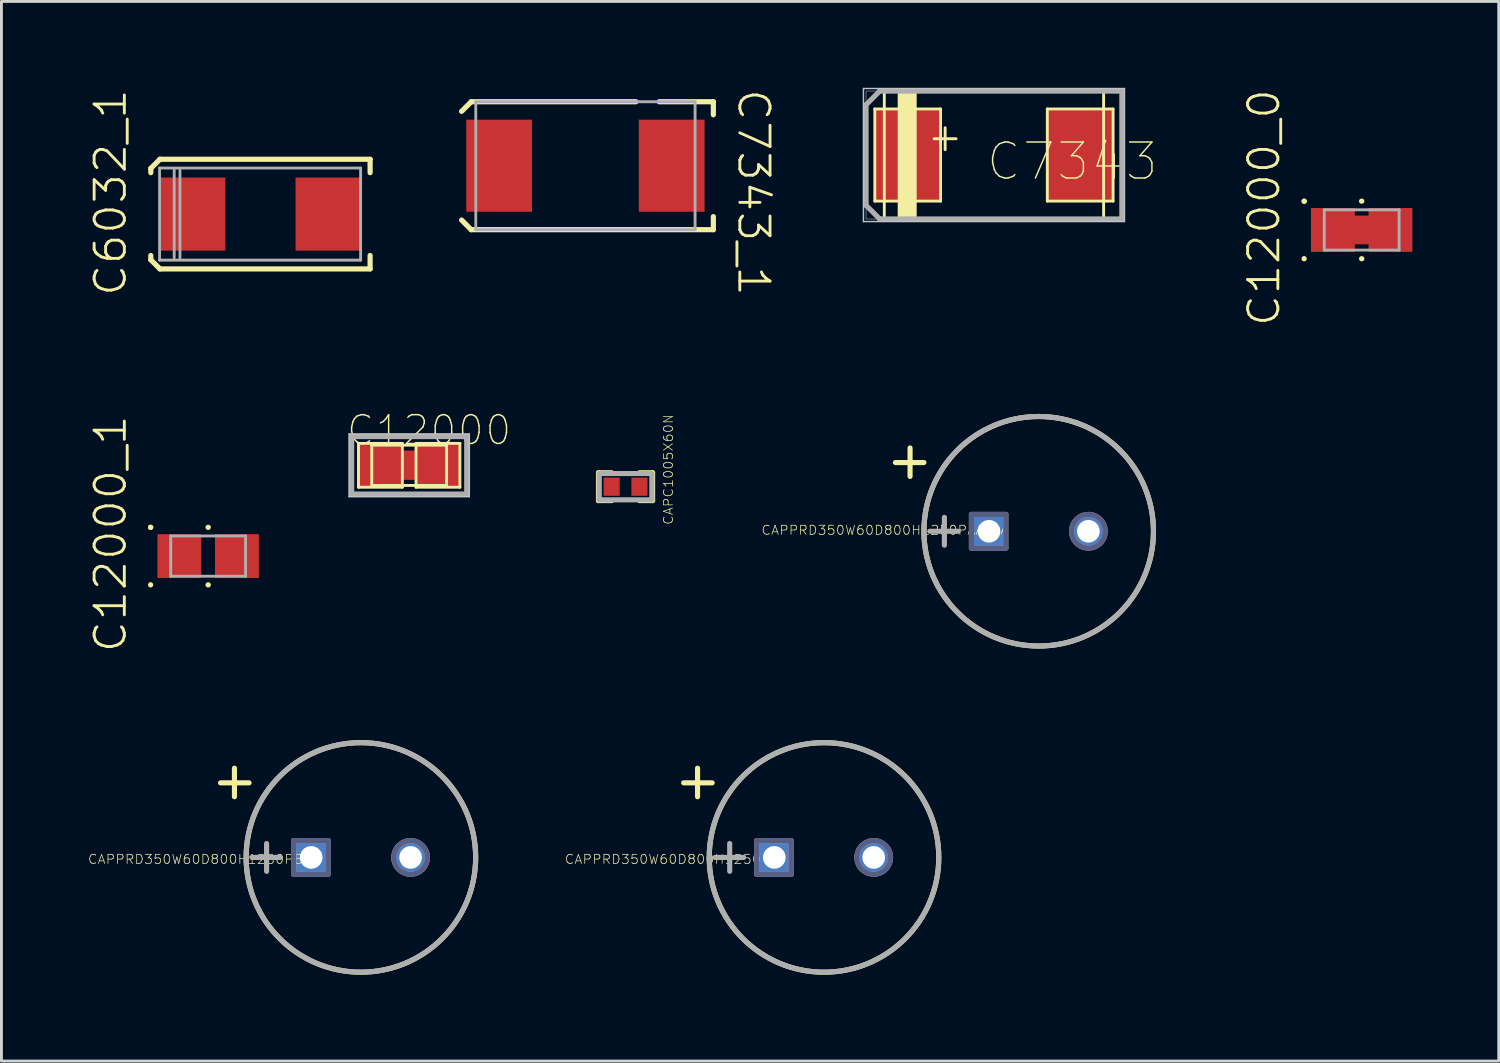
<source format=kicad_pcb>
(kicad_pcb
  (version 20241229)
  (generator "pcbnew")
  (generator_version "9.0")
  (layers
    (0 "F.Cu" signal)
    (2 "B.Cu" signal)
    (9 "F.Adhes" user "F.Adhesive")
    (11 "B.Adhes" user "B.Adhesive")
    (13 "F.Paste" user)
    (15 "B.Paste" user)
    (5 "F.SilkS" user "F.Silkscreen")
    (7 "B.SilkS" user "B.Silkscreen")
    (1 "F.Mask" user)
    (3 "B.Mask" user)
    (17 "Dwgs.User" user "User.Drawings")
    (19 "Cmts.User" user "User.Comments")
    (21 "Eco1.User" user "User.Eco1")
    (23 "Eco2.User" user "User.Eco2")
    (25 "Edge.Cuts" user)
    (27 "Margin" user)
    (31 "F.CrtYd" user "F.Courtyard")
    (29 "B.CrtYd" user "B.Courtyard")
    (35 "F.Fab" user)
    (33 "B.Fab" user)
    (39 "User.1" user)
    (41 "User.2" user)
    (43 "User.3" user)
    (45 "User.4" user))
  (footprint "CAPPRD350W60D800H1250"
    (layer "F.Cu")
    (at 25.582 26.743)
    (property "Reference" "CAPPRD350W60D800H1250" (at -5.601 0.064 0) (unlocked yes) (layer "F.SilkS") (effects (font (size 0.317 0.333) (thickness 0.025))))
    (attr smd)
    (fp_line (start -4.877 -2.591) (end -3.886 -2.591) (stroke (width 0.178) (type solid)) (layer "F.SilkS"))
    (fp_line (start -4.394 -2.108) (end -4.394 -3.099) (stroke (width 0.178) (type solid)) (layer "F.SilkS"))
    (fp_circle (center 0 0) (end 3.988 0) (stroke (width 0.178) (type solid)) (fill no) (layer "F.SilkS"))
    (fp_line (start -2.337 -0.584) (end -1.143 -0.584) (stroke (width 0.178) (type solid)) (layer "B.Fab"))
    (fp_line (start -2.337 0.584) (end -2.337 -0.584) (stroke (width 0.178) (type solid)) (layer "B.Fab"))
    (fp_line (start -2.337 0.584) (end -1.143 0.584) (stroke (width 0.178) (type solid)) (layer "B.Fab"))
    (fp_line (start -1.143 0.584) (end -1.143 -0.584) (stroke (width 0.178) (type solid)) (layer "B.Fab"))
    (fp_circle (center 1.727 0) (end 2.311 0) (stroke (width 0.178) (type solid)) (fill no) (layer "B.Fab"))
    (fp_line (start -3.785 0) (end -2.794 0) (stroke (width 0.178) (type solid)) (layer "F.Fab"))
    (fp_line (start -3.277 0.483) (end -3.277 -0.483) (stroke (width 0.178) (type solid)) (layer "F.Fab"))
    (fp_line (start -2.337 -0.584) (end -1.143 -0.584) (stroke (width 0.178) (type solid)) (layer "F.Fab"))
    (fp_line (start -2.337 0.584) (end -2.337 -0.584) (stroke (width 0.178) (type solid)) (layer "F.Fab"))
    (fp_line (start -2.337 0.584) (end -1.143 0.584) (stroke (width 0.178) (type solid)) (layer "F.Fab"))
    (fp_line (start -1.143 0.584) (end -1.143 -0.584) (stroke (width 0.178) (type solid)) (layer "F.Fab"))
    (fp_circle (center 0 0) (end 3.988 0) (stroke (width 0.178) (type solid)) (fill no) (layer "F.Fab"))
    (fp_circle (center 1.727 0) (end 2.311 0) (stroke (width 0.178) (type solid)) (fill no) (layer "F.Fab"))
    (pad "1" thru_hole rect (at -1.727 0) (size 1.295 1.295) (drill 0.787) (layers "*.Cu" "*.Mask"))
    (pad "2" thru_hole circle (at 1.727 0) (size 1.295 1.295) (drill 0.787) (layers "*.Cu" "*.Mask")))
  (footprint "C12000_0"
    (layer "F.Cu")
    (at 44.265 4.94)
    (property "Reference" "C12000_0" (at -3.394 -0.774 90) (unlocked yes) (layer "F.SilkS") (effects (font (size 1.05 1.104) (thickness 0.1))))
    (attr smd)
    (fp_line (start -2 -1) (end -1.996 -1) (stroke (width 0.18) (type solid)) (layer "F.SilkS"))
    (fp_line (start -2 -0.996) (end -2 -1) (stroke (width 0.18) (type solid)) (layer "F.SilkS"))
    (fp_line (start -2 1) (end -2 0.996) (stroke (width 0.18) (type solid)) (layer "F.SilkS"))
    (fp_line (start -0.004 -1) (end 0.004 -1) (stroke (width 0.18) (type solid)) (layer "F.SilkS"))
    (fp_line (start -0.004 1) (end 0.004 1) (stroke (width 0.18) (type solid)) (layer "F.SilkS"))
    (fp_line (start -0.4 -0.5) (end 0.4 -0.5) (stroke (width 0.00003) (type solid)) (layer "Dwgs.User"))
    (fp_line (start -0.4 0.5) (end -0.4 -0.5) (stroke (width 0.00003) (type solid)) (layer "Dwgs.User"))
    (fp_line (start -0.4 0.5) (end 0.4 0.5) (stroke (width 0.00003) (type solid)) (layer "Dwgs.User"))
    (fp_line (start 0.4 0.5) (end 0.4 -0.5) (stroke (width 0.00003) (type solid)) (layer "Dwgs.User"))
    (fp_line (start -1.3 -0.7) (end 1.3 -0.7) (stroke (width 0.1) (type solid)) (layer "F.Fab"))
    (fp_line (start -1.3 0.7) (end -1.3 -0.7) (stroke (width 0.1) (type solid)) (layer "F.Fab"))
    (fp_line (start -1.3 0.7) (end 1.3 0.7) (stroke (width 0.1) (type solid)) (layer "F.Fab"))
    (fp_line (start 1.3 0.7) (end 1.3 -0.7) (stroke (width 0.1) (type solid)) (layer "F.Fab"))
    (pad "" smd rect (at 0 0) (size 0.8 1) (layers "F.Cu" "F.Mask" "F.Paste"))
    (pad "1" smd rect (at -1 0) (size 1.524 1.524) (layers "F.Cu" "F.Mask" "F.Paste"))
    (pad "2" smd rect (at 1 0) (size 1.524 1.524) (layers "F.Cu" "F.Mask" "F.Paste")))
  (footprint "CAPPRD350W60D800H1250PBA"
    (layer "F.Cu")
    (at 9.49 26.743)
    (property "Reference" "CAPPRD350W60D800H1250PBA" (at -5.601 0.064 0) (unlocked yes) (layer "F.SilkS") (effects (font (size 0.317 0.333) (thickness 0.025))))
    (attr smd)
    (fp_line (start -4.877 -2.591) (end -3.886 -2.591) (stroke (width 0.178) (type solid)) (layer "F.SilkS"))
    (fp_line (start -4.394 -2.108) (end -4.394 -3.099) (stroke (width 0.178) (type solid)) (layer "F.SilkS"))
    (fp_circle (center 0 0) (end 3.988 0) (stroke (width 0.178) (type solid)) (fill no) (layer "F.SilkS"))
    (fp_line (start -2.337 -0.584) (end -1.143 -0.584) (stroke (width 0.178) (type solid)) (layer "B.Fab"))
    (fp_line (start -2.337 0.584) (end -2.337 -0.584) (stroke (width 0.178) (type solid)) (layer "B.Fab"))
    (fp_line (start -2.337 0.584) (end -1.143 0.584) (stroke (width 0.178) (type solid)) (layer "B.Fab"))
    (fp_line (start -1.143 0.584) (end -1.143 -0.584) (stroke (width 0.178) (type solid)) (layer "B.Fab"))
    (fp_circle (center 1.727 0) (end 2.311 0) (stroke (width 0.178) (type solid)) (fill no) (layer "B.Fab"))
    (fp_line (start -3.785 0) (end -2.794 0) (stroke (width 0.178) (type solid)) (layer "F.Fab"))
    (fp_line (start -3.277 0.483) (end -3.277 -0.483) (stroke (width 0.178) (type solid)) (layer "F.Fab"))
    (fp_line (start -2.337 -0.584) (end -1.143 -0.584) (stroke (width 0.178) (type solid)) (layer "F.Fab"))
    (fp_line (start -2.337 0.584) (end -2.337 -0.584) (stroke (width 0.178) (type solid)) (layer "F.Fab"))
    (fp_line (start -2.337 0.584) (end -1.143 0.584) (stroke (width 0.178) (type solid)) (layer "F.Fab"))
    (fp_line (start -1.143 0.584) (end -1.143 -0.584) (stroke (width 0.178) (type solid)) (layer "F.Fab"))
    (fp_circle (center 0 0) (end 3.988 0) (stroke (width 0.178) (type solid)) (fill no) (layer "F.Fab"))
    (fp_circle (center 1.727 0) (end 2.311 0) (stroke (width 0.178) (type solid)) (fill no) (layer "F.Fab"))
    (pad "1" thru_hole rect (at -1.727 0) (size 1.295 1.295) (drill 0.787) (layers "*.Cu" "*.Mask"))
    (pad "2" thru_hole circle (at 1.727 0) (size 1.295 1.295) (drill 0.787) (layers "*.Cu" "*.Mask")))
  (footprint "CAPC1005X60N"
    (layer "F.Cu")
    (at 18.686 13.861)
    (property "Reference" "CAPC1005X60N" (at 1.486 -0.597 90) (unlocked yes) (layer "F.SilkS") (effects (font (size 0.317 0.333) (thickness 0.025))))
    (attr smd)
    (fp_line (start -0.94 -0.483) (end -0.94 0.483) (stroke (width 0.178) (type solid)) (layer "F.SilkS"))
    (fp_line (start -0.483 -0.483) (end -0.94 -0.483) (stroke (width 0.178) (type solid)) (layer "F.SilkS"))
    (fp_line (start -0.483 0.483) (end -0.94 0.483) (stroke (width 0.178) (type solid)) (layer "F.SilkS"))
    (fp_line (start 0.94 -0.483) (end 0.483 -0.483) (stroke (width 0.178) (type solid)) (layer "F.SilkS"))
    (fp_line (start 0.94 -0.483) (end 0.94 0.483) (stroke (width 0.178) (type solid)) (layer "F.SilkS"))
    (fp_line (start 0.94 0.483) (end 0.483 0.483) (stroke (width 0.178) (type solid)) (layer "F.SilkS"))
    (fp_line (start -0.914 -0.457) (end -0.914 0.457) (stroke (width 0.178) (type solid)) (layer "F.Fab"))
    (fp_line (start 0.914 -0.457) (end -0.914 -0.457) (stroke (width 0.178) (type solid)) (layer "F.Fab"))
    (fp_line (start 0.914 -0.457) (end 0.914 0.457) (stroke (width 0.178) (type solid)) (layer "F.Fab"))
    (fp_line (start 0.914 0.457) (end -0.914 0.457) (stroke (width 0.178) (type solid)) (layer "F.Fab"))
    (pad "1" smd rect (at 0.483 0 90) (size 0.635 0.559) (layers "F.Cu" "F.Mask" "F.Paste"))
    (pad "2" smd rect (at -0.483 0 90) (size 0.635 0.559) (layers "F.Cu" "F.Mask" "F.Paste")))
  (footprint "C12000_1"
    (layer "F.Cu")
    (at 4.183 16.273)
    (property "Reference" "C12000_1" (at -3.394 -0.774 90) (unlocked yes) (layer "F.SilkS") (effects (font (size 1.05 1.104) (thickness 0.1))))
    (attr smd)
    (fp_line (start -2 -1) (end -1.996 -1) (stroke (width 0.18) (type solid)) (layer "F.SilkS"))
    (fp_line (start -2 -0.996) (end -2 -1) (stroke (width 0.18) (type solid)) (layer "F.SilkS"))
    (fp_line (start -2 1) (end -2 0.996) (stroke (width 0.18) (type solid)) (layer "F.SilkS"))
    (fp_line (start -0.004 -1) (end 0.004 -1) (stroke (width 0.18) (type solid)) (layer "F.SilkS"))
    (fp_line (start -0.004 1) (end 0.004 1) (stroke (width 0.18) (type solid)) (layer "F.SilkS"))
    (fp_line (start -0.4 -0.5) (end 0.4 -0.5) (stroke (width 0.00003) (type solid)) (layer "Dwgs.User"))
    (fp_line (start -0.4 0.5) (end -0.4 -0.5) (stroke (width 0.00003) (type solid)) (layer "Dwgs.User"))
    (fp_line (start -0.4 0.5) (end 0.4 0.5) (stroke (width 0.00003) (type solid)) (layer "Dwgs.User"))
    (fp_line (start 0.4 0.5) (end 0.4 -0.5) (stroke (width 0.00003) (type solid)) (layer "Dwgs.User"))
    (fp_line (start -1.3 -0.7) (end 1.3 -0.7) (stroke (width 0.1) (type solid)) (layer "F.Fab"))
    (fp_line (start -1.3 0.7) (end -1.3 -0.7) (stroke (width 0.1) (type solid)) (layer "F.Fab"))
    (fp_line (start -1.3 0.7) (end 1.3 0.7) (stroke (width 0.1) (type solid)) (layer "F.Fab"))
    (fp_line (start 1.3 0.7) (end 1.3 -0.7) (stroke (width 0.1) (type solid)) (layer "F.Fab"))
    (pad "1" smd rect (at -1 0) (size 1.524 1.524) (layers "F.Cu" "F.Mask" "F.Paste"))
    (pad "2" smd rect (at 1 0) (size 1.524 1.524) (layers "F.Cu" "F.Mask" "F.Paste")))
  (footprint "C12000"
    (placed yes)
    (layer "F.Cu")
    (at 11.168 13.118)
    (property "Reference" "C12000" (at -2.223 -0.635 180) (layer "F.SilkS") (effects (font (size 1 1) (thickness 0.05)) (justify left bottom)))
    (attr through_hole)
    (fp_poly (pts (xy -0.4 -0.5) (xy 0.4 -0.5) (xy 0.4 0.5) (xy -0.4 0.5)) (stroke (width 0.02) (type solid)) (fill yes) (layer "F.Cu"))
    (fp_line (start -1.762 -0.762) (end -1.762 0.762) (stroke (width 0.1) (type solid)) (layer "F.SilkS"))
    (fp_line (start -1.762 0.762) (end -0.238 0.762) (stroke (width 0.1) (type solid)) (layer "F.SilkS"))
    (fp_line (start -1.3 -0.7) (end -1.3 0.7) (stroke (width 0.1) (type solid)) (layer "F.SilkS"))
    (fp_line (start -1.3 0.7) (end 1.3 0.7) (stroke (width 0.1) (type solid)) (layer "F.SilkS"))
    (fp_line (start -0.238 -0.762) (end -1.762 -0.762) (stroke (width 0.1) (type solid)) (layer "F.SilkS"))
    (fp_line (start -0.238 0.762) (end -0.238 -0.762) (stroke (width 0.1) (type solid)) (layer "F.SilkS"))
    (fp_line (start 0.238 -0.762) (end 0.238 0.762) (stroke (width 0.1) (type solid)) (layer "F.SilkS"))
    (fp_line (start 0.238 0.762) (end 1.762 0.762) (stroke (width 0.1) (type solid)) (layer "F.SilkS"))
    (fp_line (start 1.3 -0.7) (end -1.3 -0.7) (stroke (width 0.1) (type solid)) (layer "F.SilkS"))
    (fp_line (start 1.3 0.7) (end 1.3 -0.7) (stroke (width 0.1) (type solid)) (layer "F.SilkS"))
    (fp_line (start 1.762 -0.762) (end 0.238 -0.762) (stroke (width 0.1) (type solid)) (layer "F.SilkS"))
    (fp_line (start 1.762 0.762) (end 1.762 -0.762) (stroke (width 0.1) (type solid)) (layer "F.SilkS"))
    (fp_line (start -2.09 -1.09) (end 2.09 -1.09) (stroke (width 0.05) (type solid)) (layer "Dwgs.User"))
    (fp_line (start -2.09 1.09) (end -2.09 -1.09) (stroke (width 0.05) (type solid)) (layer "Dwgs.User"))
    (fp_line (start 2.09 -1.09) (end 2.09 1.09) (stroke (width 0.05) (type solid)) (layer "Dwgs.User"))
    (fp_line (start 2.09 1.09) (end -2.09 1.09) (stroke (width 0.05) (type solid)) (layer "Dwgs.User"))
    (fp_line (start -2 -1) (end -2 1) (stroke (width 0.18) (type solid)) (layer "F.Fab"))
    (fp_line (start -2 1) (end 2 1) (stroke (width 0.18) (type solid)) (layer "F.Fab"))
    (fp_line (start 2 -1) (end -2 -1) (stroke (width 0.18) (type solid)) (layer "F.Fab"))
    (fp_line (start 2 1) (end 2 -1) (stroke (width 0.18) (type solid)) (layer "F.Fab"))
    (fp_poly (pts (xy -2 -1) (xy 2 -1) (xy 2 1) (xy -2 1)) (stroke (width 0.02) (type solid)) (fill no) (layer "F.Fab"))
    (pad "1" smd rect (at -1 0) (size 1.524 1.524) (layers "F.Cu" "F.Mask" "F.Paste"))
    (pad "2" smd rect (at 1 0) (size 1.524 1.524) (layers "F.Cu" "F.Mask" "F.Paste")))
  (footprint "C6032_1"
    (layer "F.Cu")
    (at 6 4.389)
    (property "Reference" "C6032_1" (at -5.21 -0.749 90) (unlocked yes) (layer "F.SilkS") (effects (font (size 1.05 1.104) (thickness 0.1))))
    (attr smd)
    (fp_line (start -3.81 -1.587) (end -3.493 -1.905) (stroke (width 0.18) (type solid)) (layer "F.SilkS"))
    (fp_line (start -3.81 -1.439) (end -3.81 -1.587) (stroke (width 0.18) (type solid)) (layer "F.SilkS"))
    (fp_line (start -3.81 1.587) (end -3.81 1.439) (stroke (width 0.18) (type solid)) (layer "F.SilkS"))
    (fp_line (start -3.81 1.587) (end -3.493 1.905) (stroke (width 0.18) (type solid)) (layer "F.SilkS"))
    (fp_line (start -3.493 -1.905) (end 3.81 -1.905) (stroke (width 0.18) (type solid)) (layer "F.SilkS"))
    (fp_line (start -3.493 1.905) (end 3.81 1.905) (stroke (width 0.18) (type solid)) (layer "F.SilkS"))
    (fp_line (start 3.81 -1.439) (end 3.81 -1.905) (stroke (width 0.18) (type solid)) (layer "F.SilkS"))
    (fp_line (start 3.81 1.905) (end 3.81 1.439) (stroke (width 0.18) (type solid)) (layer "F.SilkS"))
    (fp_line (start -3.505 -1.6) (end 3.48 -1.6) (stroke (width 0.1) (type solid)) (layer "F.Fab"))
    (fp_line (start -3.505 1.6) (end -3.505 -1.6) (stroke (width 0.1) (type solid)) (layer "F.Fab"))
    (fp_line (start -3.505 1.6) (end 3.48 1.6) (stroke (width 0.1) (type solid)) (layer "F.Fab"))
    (fp_line (start -2.997 1.524) (end -2.997 -1.524) (stroke (width 0.1) (type solid)) (layer "F.Fab"))
    (fp_line (start -2.797 1.524) (end -2.797 -1.524) (stroke (width 0.1) (type solid)) (layer "F.Fab"))
    (fp_line (start 3.48 1.6) (end 3.48 -1.6) (stroke (width 0.1) (type solid)) (layer "F.Fab"))
    (pad "+" smd rect (at -2.362 0) (size 2.286 2.54) (layers "F.Cu" "F.Mask" "F.Paste"))
    (pad "-" smd rect (at 2.362 0) (size 2.286 2.54) (layers "F.Cu" "F.Mask" "F.Paste")))
  (footprint "C7343"
    (placed yes)
    (layer "F.Cu")
    (at 31.487 2.337)
    (property "Reference" "C7343" (at -0.318 0.953 0) (layer "F.SilkS") (effects (font (size 1.25 1.25) (thickness 0.05)) (justify left bottom)))
    (attr through_hole)
    (fp_line (start -4.14 -1.6) (end -1.854 -1.6) (stroke (width 0.1) (type solid)) (layer "F.SilkS"))
    (fp_line (start -4.14 1.6) (end -4.14 -1.6) (stroke (width 0.1) (type solid)) (layer "F.SilkS"))
    (fp_line (start -3.81 -2.223) (end -3.81 2.223) (stroke (width 0.1) (type solid)) (layer "F.SilkS"))
    (fp_line (start -3.81 2.223) (end 3.81 2.223) (stroke (width 0.1) (type solid)) (layer "F.SilkS"))
    (fp_line (start -1.854 -1.6) (end -1.854 1.6) (stroke (width 0.1) (type solid)) (layer "F.SilkS"))
    (fp_line (start -1.854 1.6) (end -4.14 1.6) (stroke (width 0.1) (type solid)) (layer "F.SilkS"))
    (fp_line (start 1.854 -1.6) (end 4.14 -1.6) (stroke (width 0.1) (type solid)) (layer "F.SilkS"))
    (fp_line (start 1.854 1.6) (end 1.854 -1.6) (stroke (width 0.1) (type solid)) (layer "F.SilkS"))
    (fp_line (start 3.81 -2.223) (end -3.81 -2.223) (stroke (width 0.1) (type solid)) (layer "F.SilkS"))
    (fp_line (start 3.81 2.223) (end 3.81 -2.223) (stroke (width 0.1) (type solid)) (layer "F.SilkS"))
    (fp_line (start 4.14 -1.6) (end 4.14 1.6) (stroke (width 0.1) (type solid)) (layer "F.SilkS"))
    (fp_line (start 4.14 1.6) (end 1.854 1.6) (stroke (width 0.1) (type solid)) (layer "F.SilkS"))
    (fp_poly (pts (xy -3.334 -2.223) (xy -2.699 -2.223) (xy -2.699 2.223) (xy -3.334 2.223) (xy -3.334 -2.223)) (stroke (width 0.02) (type solid)) (fill yes) (layer "F.SilkS"))
    (fp_line (start -4.535 -2.312) (end 4.535 -2.312) (stroke (width 0.05) (type solid)) (layer "Dwgs.User"))
    (fp_line (start -4.535 2.312) (end -4.535 -2.312) (stroke (width 0.05) (type solid)) (layer "Dwgs.User"))
    (fp_line (start 4.535 -2.312) (end 4.535 2.312) (stroke (width 0.05) (type solid)) (layer "Dwgs.User"))
    (fp_line (start 4.535 2.312) (end -4.535 2.312) (stroke (width 0.05) (type solid)) (layer "Dwgs.User"))
    (fp_line (start -4.445 -1.746) (end -4.445 1.746) (stroke (width 0.18) (type solid)) (layer "F.Fab"))
    (fp_line (start -4.445 1.746) (end -3.969 2.223) (stroke (width 0.18) (type solid)) (layer "F.Fab"))
    (fp_line (start -3.969 -2.223) (end -4.445 -1.746) (stroke (width 0.18) (type solid)) (layer "F.Fab"))
    (fp_line (start -3.969 2.223) (end 4.445 2.223) (stroke (width 0.18) (type solid)) (layer "F.Fab"))
    (fp_line (start 4.445 -2.223) (end -3.969 -2.223) (stroke (width 0.18) (type solid)) (layer "F.Fab"))
    (fp_line (start 4.445 2.223) (end 4.445 -2.223) (stroke (width 0.18) (type solid)) (layer "F.Fab"))
    (fp_poly (pts (xy 4.445 -2.223) (xy 4.445 2.223) (xy -4.445 2.223) (xy -4.445 -2.223) (xy 4.445 -2.223)) (stroke (width 0.02) (type solid)) (fill no) (layer "F.Fab"))
    (fp_text user "+" (at -2.381 -0.643 0) (layer "F.SilkS") (effects (font (size 1 1) (thickness 0.1)) (justify left)))
    (pad "+" smd rect (at -2.997 0) (size 2.286 3.2) (layers "F.Cu" "F.Mask" "F.Paste"))
    (pad "-" smd rect (at 2.997 0) (size 2.286 3.2) (layers "F.Cu" "F.Mask" "F.Paste")))
  (footprint "C7343_1"
    (layer "F.Cu")
    (at 17.292 2.708)
    (property "Reference" "C7343_1" (at 5.845 0.933 270) (unlocked yes) (layer "F.SilkS") (effects (font (size 1.05 1.104) (thickness 0.1))))
    (attr smd)
    (fp_line (start -4.303 -1.888) (end -3.969 -2.223) (stroke (width 0.18) (type solid)) (layer "F.SilkS"))
    (fp_line (start -4.303 1.888) (end -3.969 2.223) (stroke (width 0.18) (type solid)) (layer "F.SilkS"))
    (fp_line (start -3.969 -2.223) (end 1.755 -2.223) (stroke (width 0.18) (type solid)) (layer "F.SilkS"))
    (fp_line (start -3.969 2.223) (end 4.445 2.223) (stroke (width 0.18) (type solid)) (layer "F.SilkS"))
    (fp_line (start 2.563 -2.223) (end 4.445 -2.223) (stroke (width 0.18) (type solid)) (layer "F.SilkS"))
    (fp_line (start 4.445 -1.769) (end 4.445 -2.223) (stroke (width 0.18) (type solid)) (layer "F.SilkS"))
    (fp_line (start 4.445 2.223) (end 4.445 1.769) (stroke (width 0.18) (type solid)) (layer "F.SilkS"))
    (fp_line (start -3.81 -2.223) (end 3.81 -2.223) (stroke (width 0.1) (type solid)) (layer "F.Fab"))
    (fp_line (start -3.81 2.223) (end -3.81 -2.223) (stroke (width 0.1) (type solid)) (layer "F.Fab"))
    (fp_line (start -3.81 2.223) (end 3.81 2.223) (stroke (width 0.1) (type solid)) (layer "F.Fab"))
    (fp_line (start -3.334 -2.223) (end -2.699 -2.223) (stroke (width 0.00003) (type solid)) (layer "F.Fab"))
    (fp_line (start -3.334 2.223) (end -3.334 -2.223) (stroke (width 0.00003) (type solid)) (layer "F.Fab"))
    (fp_line (start -3.334 2.223) (end -2.699 2.223) (stroke (width 0.00003) (type solid)) (layer "F.Fab"))
    (fp_line (start -2.699 2.223) (end -2.699 -2.223) (stroke (width 0.00003) (type solid)) (layer "F.Fab"))
    (fp_line (start 3.81 2.223) (end 3.81 -2.223) (stroke (width 0.1) (type solid)) (layer "F.Fab"))
    (pad "+" smd rect (at -2.997 0) (size 2.286 3.2) (layers "F.Cu" "F.Mask" "F.Paste"))
    (pad "-" smd rect (at 2.997 0) (size 2.286 3.2) (layers "F.Cu" "F.Mask" "F.Paste")))
  (footprint "CAPPRD350W60D800H1250PAAAAA"
    (layer "F.Cu")
    (at 33.042 15.41)
    (property "Reference" "CAPPRD350W60D800H1250PAAAAA" (at -5.347 -0.038 0) (unlocked yes) (layer "F.SilkS") (effects (font (size 0.317 0.333) (thickness 0.025))))
    (attr smd)
    (fp_line (start -4.978 -2.388) (end -3.988 -2.388) (stroke (width 0.178) (type solid)) (layer "F.SilkS"))
    (fp_line (start -4.47 -1.905) (end -4.47 -2.896) (stroke (width 0.178) (type solid)) (layer "F.SilkS"))
    (fp_circle (center 0 0) (end 3.988 0) (stroke (width 0.178) (type solid)) (fill no) (layer "F.SilkS"))
    (fp_line (start -2.337 -0.584) (end -1.143 -0.584) (stroke (width 0.178) (type solid)) (layer "B.Fab"))
    (fp_line (start -2.337 0.584) (end -2.337 -0.584) (stroke (width 0.178) (type solid)) (layer "B.Fab"))
    (fp_line (start -2.337 0.584) (end -1.143 0.584) (stroke (width 0.178) (type solid)) (layer "B.Fab"))
    (fp_line (start -1.143 0.584) (end -1.143 -0.584) (stroke (width 0.178) (type solid)) (layer "B.Fab"))
    (fp_circle (center 1.727 0) (end 2.311 0) (stroke (width 0.178) (type solid)) (fill no) (layer "B.Fab"))
    (fp_line (start -3.785 0) (end -2.794 0) (stroke (width 0.178) (type solid)) (layer "F.Fab"))
    (fp_line (start -3.277 0.483) (end -3.277 -0.483) (stroke (width 0.178) (type solid)) (layer "F.Fab"))
    (fp_line (start -2.337 -0.584) (end -1.143 -0.584) (stroke (width 0.178) (type solid)) (layer "F.Fab"))
    (fp_line (start -2.337 0.584) (end -2.337 -0.584) (stroke (width 0.178) (type solid)) (layer "F.Fab"))
    (fp_line (start -2.337 0.584) (end -1.143 0.584) (stroke (width 0.178) (type solid)) (layer "F.Fab"))
    (fp_line (start -1.143 0.584) (end -1.143 -0.584) (stroke (width 0.178) (type solid)) (layer "F.Fab"))
    (fp_circle (center 0 0) (end 3.988 0) (stroke (width 0.178) (type solid)) (fill no) (layer "F.Fab"))
    (fp_circle (center 1.727 0) (end 2.311 0) (stroke (width 0.178) (type solid)) (fill no) (layer "F.Fab"))
    (pad "1" thru_hole rect (at -1.727 0) (size 1.295 1.295) (drill 0.787) (layers "*.Cu" "*.Mask"))
    (pad "2" thru_hole circle (at 1.727 0) (size 1.295 1.295) (drill 0.787) (layers "*.Cu" "*.Mask")))
  (gr_rect
    (start -3 -3)
    (end 49.027 33.819)
    (stroke (width 0.1) (type default))
    (fill no)
    (layer "Edge.Cuts")))
</source>
